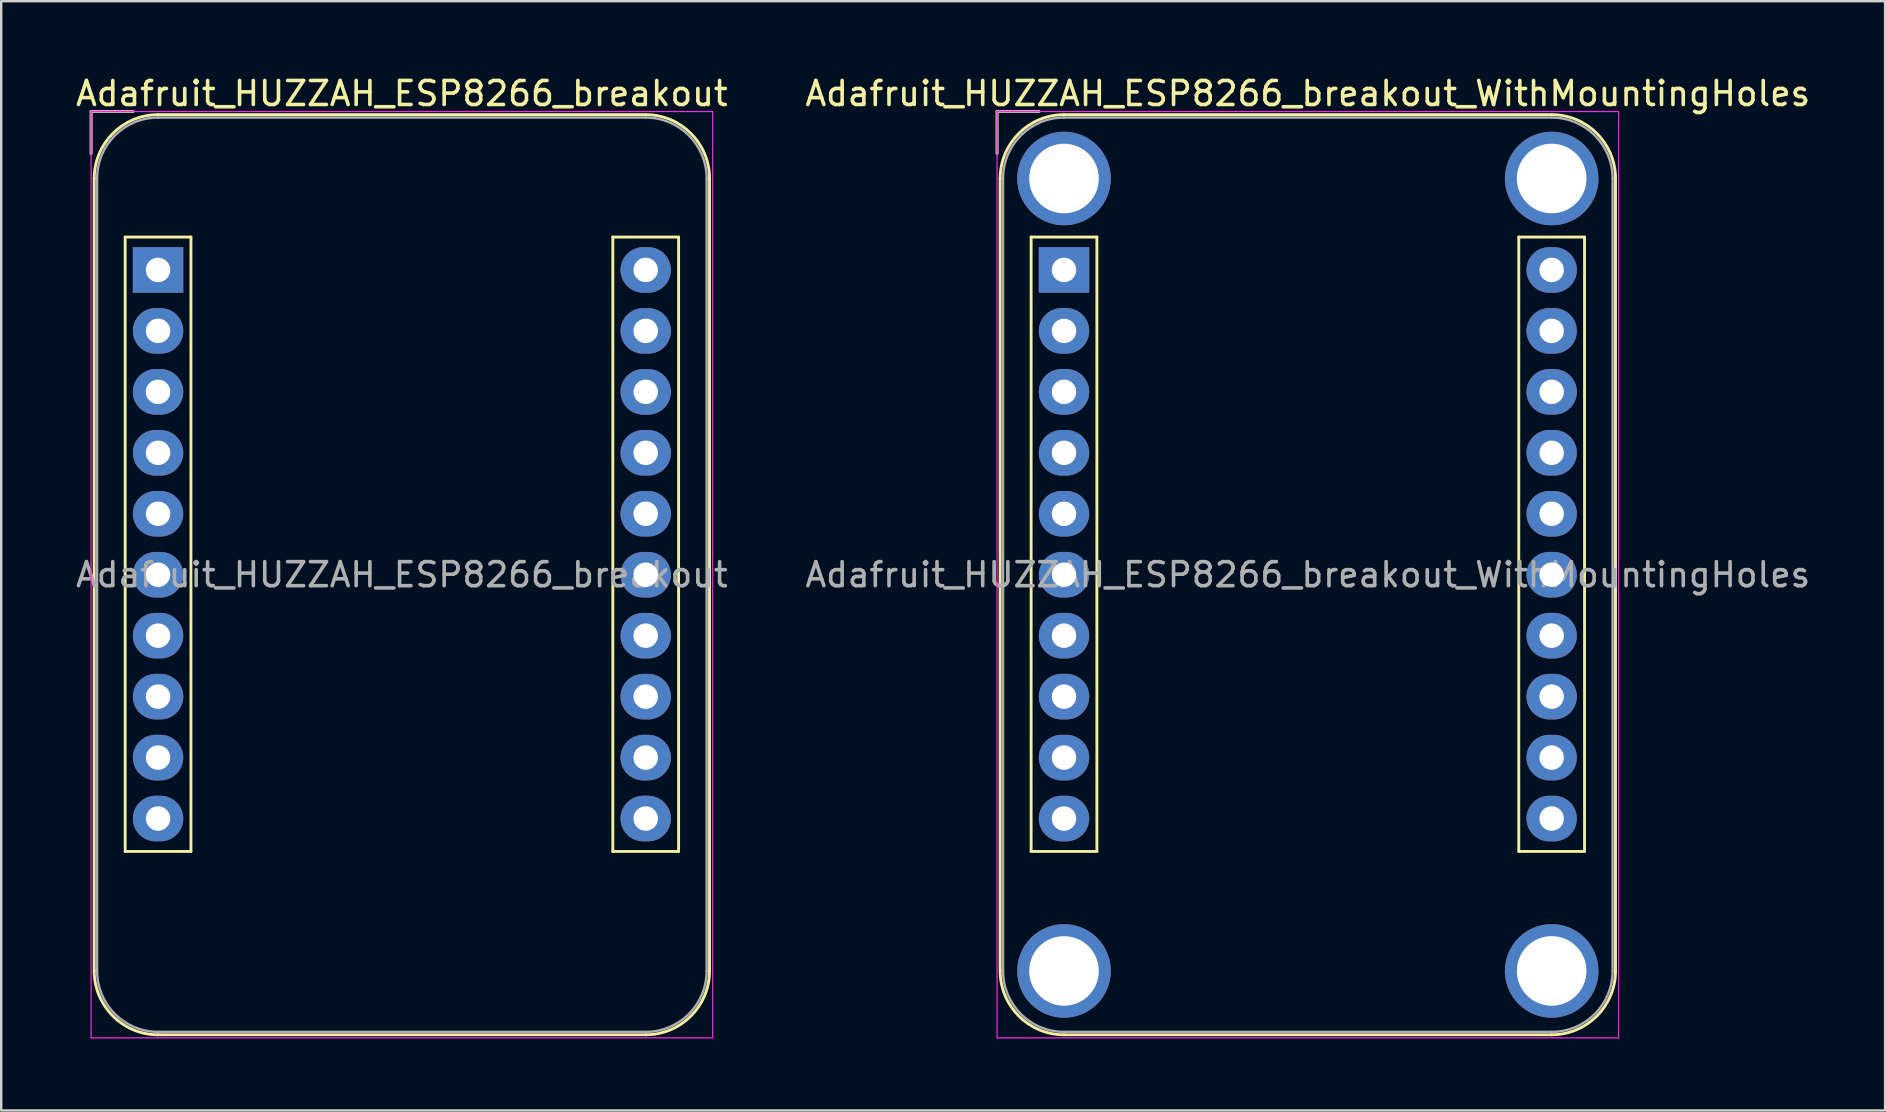
<source format=kicad_pcb>
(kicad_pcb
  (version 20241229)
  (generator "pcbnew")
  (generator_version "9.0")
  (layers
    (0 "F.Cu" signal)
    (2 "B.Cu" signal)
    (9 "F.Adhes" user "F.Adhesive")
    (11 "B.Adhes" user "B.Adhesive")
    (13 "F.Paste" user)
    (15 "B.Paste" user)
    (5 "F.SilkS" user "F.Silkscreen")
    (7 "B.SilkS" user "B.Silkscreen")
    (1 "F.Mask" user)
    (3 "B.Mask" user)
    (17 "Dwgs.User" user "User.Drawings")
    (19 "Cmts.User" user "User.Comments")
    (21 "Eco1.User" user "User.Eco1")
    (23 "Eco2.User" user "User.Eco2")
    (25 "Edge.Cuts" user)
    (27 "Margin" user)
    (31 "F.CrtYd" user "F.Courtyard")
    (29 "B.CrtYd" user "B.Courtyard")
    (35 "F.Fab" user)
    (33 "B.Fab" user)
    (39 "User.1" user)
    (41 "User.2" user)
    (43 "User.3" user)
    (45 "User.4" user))
  (footprint "Adafruit_HUZZAH_ESP8266_breakout_WithMountingHoles"
    (layer "F.Cu")
    (at 41.286 8.198)
    (property "Reference" "Adafruit_HUZZAH_ESP8266_breakout_WithMountingHoles" (at 10.16 -7.35 0) (layer "F.SilkS") (effects (font (size 1 1) (thickness 0.15))))
    (attr through_hole)
    (fp_line (start -2.79 -6.6) (end -1.04 -6.6) (stroke (width 0.12) (type solid)) (layer "F.SilkS"))
    (fp_line (start -2.79 -4.85) (end -2.79 -6.6) (stroke (width 0.12) (type solid)) (layer "F.SilkS"))
    (fp_line (start -2.66 -3.81) (end -2.66 29.21) (stroke (width 0.12) (type solid)) (layer "F.SilkS"))
    (fp_line (start -1.37 -1.37) (end -1.37 24.23) (stroke (width 0.12) (type solid)) (layer "F.SilkS"))
    (fp_line (start -1.37 24.23) (end 1.37 24.23) (stroke (width 0.12) (type solid)) (layer "F.SilkS"))
    (fp_line (start 0 -6.47) (end 20.32 -6.47) (stroke (width 0.12) (type solid)) (layer "F.SilkS"))
    (fp_line (start 0 31.87) (end 20.32 31.87) (stroke (width 0.12) (type solid)) (layer "F.SilkS"))
    (fp_line (start 1.37 -1.37) (end -1.37 -1.37) (stroke (width 0.12) (type solid)) (layer "F.SilkS"))
    (fp_line (start 1.37 24.23) (end 1.37 -1.37) (stroke (width 0.12) (type solid)) (layer "F.SilkS"))
    (fp_line (start 18.95 -1.37) (end 18.95 24.23) (stroke (width 0.12) (type solid)) (layer "F.SilkS"))
    (fp_line (start 18.95 24.23) (end 21.69 24.23) (stroke (width 0.12) (type solid)) (layer "F.SilkS"))
    (fp_line (start 21.69 -1.37) (end 18.95 -1.37) (stroke (width 0.12) (type solid)) (layer "F.SilkS"))
    (fp_line (start 21.69 24.23) (end 21.69 -1.37) (stroke (width 0.12) (type solid)) (layer "F.SilkS"))
    (fp_line (start 22.98 -3.81) (end 22.98 29.21) (stroke (width 0.12) (type solid)) (layer "F.SilkS"))
    (fp_arc (start -2.66 -3.81) (mid -1.880904 -5.690904) (end 0 -6.47) (stroke (width 0.12) (type solid)) (layer "F.SilkS"))
    (fp_arc (start 0 31.87) (mid -1.880904 31.090904) (end -2.66 29.21) (stroke (width 0.12) (type solid)) (layer "F.SilkS"))
    (fp_arc (start 20.32 -6.47) (mid 22.200904 -5.690904) (end 22.98 -3.81) (stroke (width 0.12) (type solid)) (layer "F.SilkS"))
    (fp_arc (start 22.98 29.21) (mid 22.200904 31.090904) (end 20.32 31.87) (stroke (width 0.12) (type solid)) (layer "F.SilkS"))
    (fp_line (start -2.79 -6.6) (end -2.79 32) (stroke (width 0.05) (type solid)) (layer "F.CrtYd"))
    (fp_line (start -2.79 32) (end 23.11 32) (stroke (width 0.05) (type solid)) (layer "F.CrtYd"))
    (fp_line (start 23.11 -6.6) (end -2.79 -6.6) (stroke (width 0.05) (type solid)) (layer "F.CrtYd"))
    (fp_line (start 23.11 32) (end 23.11 -6.6) (stroke (width 0.05) (type solid)) (layer "F.CrtYd"))
    (fp_line (start -2.79 -6.6) (end -1.04 -6.6) (stroke (width 0.1) (type solid)) (layer "F.Fab"))
    (fp_line (start -2.79 -4.85) (end -2.79 -6.6) (stroke (width 0.1) (type solid)) (layer "F.Fab"))
    (fp_line (start -2.54 -3.81) (end -2.54 29.21) (stroke (width 0.1) (type solid)) (layer "F.Fab"))
    (fp_line (start 0 -6.35) (end 20.32 -6.35) (stroke (width 0.1) (type solid)) (layer "F.Fab"))
    (fp_line (start 0 31.75) (end 20.32 31.75) (stroke (width 0.1) (type solid)) (layer "F.Fab"))
    (fp_line (start 22.86 -3.81) (end 22.86 29.21) (stroke (width 0.1) (type solid)) (layer "F.Fab"))
    (fp_arc (start -2.54 -3.81) (mid -1.796051 -5.606051) (end 0 -6.35) (stroke (width 0.1) (type solid)) (layer "F.Fab"))
    (fp_arc (start 0 31.75) (mid -1.796051 31.006051) (end -2.54 29.21) (stroke (width 0.1) (type solid)) (layer "F.Fab"))
    (fp_arc (start 20.32 -6.35) (mid 22.116051 -5.606051) (end 22.86 -3.81) (stroke (width 0.1) (type solid)) (layer "F.Fab"))
    (fp_arc (start 22.86 29.21) (mid 22.116051 31.006051) (end 20.32 31.75) (stroke (width 0.1) (type solid)) (layer "F.Fab"))
    (fp_text user "${REFERENCE}" (at 10.16 12.7 0) (layer "F.Fab") (effects (font (size 1 1) (thickness 0.15))))
    (pad "1" thru_hole rect (at 0 0) (size 2.1 1.9) (drill 1.02) (layers "*.Cu" "*.Mask"))
    (pad "2" thru_hole oval (at 0 2.54) (size 2.1 1.9) (drill 1.02) (layers "*.Cu" "*.Mask"))
    (pad "3" thru_hole oval (at 0 5.08) (size 2.1 1.9) (drill 1.02) (layers "*.Cu" "*.Mask"))
    (pad "4" thru_hole oval (at 0 7.62) (size 2.1 1.9) (drill 1.02) (layers "*.Cu" "*.Mask"))
    (pad "5" thru_hole oval (at 0 10.16) (size 2.1 1.9) (drill 1.02) (layers "*.Cu" "*.Mask"))
    (pad "6" thru_hole oval (at 0 12.7) (size 2.1 1.9) (drill 1.02) (layers "*.Cu" "*.Mask"))
    (pad "7" thru_hole oval (at 0 15.24) (size 2.1 1.9) (drill 1.02) (layers "*.Cu" "*.Mask"))
    (pad "8" thru_hole oval (at 0 17.78) (size 2.1 1.9) (drill 1.02) (layers "*.Cu" "*.Mask"))
    (pad "9" thru_hole oval (at 0 20.32) (size 2.1 1.9) (drill 1.02) (layers "*.Cu" "*.Mask"))
    (pad "10" thru_hole oval (at 0 22.86) (size 2.1 1.9) (drill 1.02) (layers "*.Cu" "*.Mask"))
    (pad "11" thru_hole oval (at 20.32 22.86) (size 2.1 1.9) (drill 1.02) (layers "*.Cu" "*.Mask"))
    (pad "12" thru_hole oval (at 20.32 20.32) (size 2.1 1.9) (drill 1.02) (layers "*.Cu" "*.Mask"))
    (pad "13" thru_hole oval (at 20.32 17.78) (size 2.1 1.9) (drill 1.02) (layers "*.Cu" "*.Mask"))
    (pad "14" thru_hole oval (at 20.32 15.24) (size 2.1 1.9) (drill 1.02) (layers "*.Cu" "*.Mask"))
    (pad "15" thru_hole oval (at 20.32 12.7) (size 2.1 1.9) (drill 1.02) (layers "*.Cu" "*.Mask"))
    (pad "16" thru_hole oval (at 20.32 10.16) (size 2.1 1.9) (drill 1.02) (layers "*.Cu" "*.Mask"))
    (pad "17" thru_hole oval (at 20.32 7.62) (size 2.1 1.9) (drill 1.02) (layers "*.Cu" "*.Mask"))
    (pad "18" thru_hole oval (at 20.32 5.08) (size 2.1 1.9) (drill 1.02) (layers "*.Cu" "*.Mask"))
    (pad "19" thru_hole oval (at 20.32 2.54) (size 2.1 1.9) (drill 1.02) (layers "*.Cu" "*.Mask"))
    (pad "20" thru_hole oval (at 20.32 0) (size 2.1 1.9) (drill 1.02) (layers "*.Cu" "*.Mask"))
    (pad "~" thru_hole circle (at 0 -3.81) (size 3.9 3.9) (drill 2.9) (layers "*.Cu" "*.Mask"))
    (pad "~" thru_hole circle (at 0 29.21) (size 3.9 3.9) (drill 2.9) (layers "*.Cu" "*.Mask"))
    (pad "~" thru_hole circle (at 20.32 -3.81) (size 3.9 3.9) (drill 2.9) (layers "*.Cu" "*.Mask"))
    (pad "~" thru_hole circle (at 20.32 29.21) (size 3.9 3.9) (drill 2.9) (layers "*.Cu" "*.Mask")))
  (footprint "Adafruit_HUZZAH_ESP8266_breakout"
    (layer "F.Cu")
    (at 3.536 8.198)
    (property "Reference" "Adafruit_HUZZAH_ESP8266_breakout" (at 10.16 -7.35 0) (layer "F.SilkS") (effects (font (size 1 1) (thickness 0.15))))
    (attr through_hole)
    (fp_line (start -2.79 -6.6) (end -1.04 -6.6) (stroke (width 0.12) (type solid)) (layer "F.SilkS"))
    (fp_line (start -2.79 -4.85) (end -2.79 -6.6) (stroke (width 0.12) (type solid)) (layer "F.SilkS"))
    (fp_line (start -2.66 -3.81) (end -2.66 29.21) (stroke (width 0.12) (type solid)) (layer "F.SilkS"))
    (fp_line (start -1.37 -1.37) (end -1.37 24.23) (stroke (width 0.12) (type solid)) (layer "F.SilkS"))
    (fp_line (start -1.37 24.23) (end 1.37 24.23) (stroke (width 0.12) (type solid)) (layer "F.SilkS"))
    (fp_line (start 0 -6.47) (end 20.32 -6.47) (stroke (width 0.12) (type solid)) (layer "F.SilkS"))
    (fp_line (start 0 31.87) (end 20.32 31.87) (stroke (width 0.12) (type solid)) (layer "F.SilkS"))
    (fp_line (start 1.37 -1.37) (end -1.37 -1.37) (stroke (width 0.12) (type solid)) (layer "F.SilkS"))
    (fp_line (start 1.37 24.23) (end 1.37 -1.37) (stroke (width 0.12) (type solid)) (layer "F.SilkS"))
    (fp_line (start 18.95 -1.37) (end 18.95 24.23) (stroke (width 0.12) (type solid)) (layer "F.SilkS"))
    (fp_line (start 18.95 24.23) (end 21.69 24.23) (stroke (width 0.12) (type solid)) (layer "F.SilkS"))
    (fp_line (start 21.69 -1.37) (end 18.95 -1.37) (stroke (width 0.12) (type solid)) (layer "F.SilkS"))
    (fp_line (start 21.69 24.23) (end 21.69 -1.37) (stroke (width 0.12) (type solid)) (layer "F.SilkS"))
    (fp_line (start 22.98 -3.81) (end 22.98 29.21) (stroke (width 0.12) (type solid)) (layer "F.SilkS"))
    (fp_arc (start -2.66 -3.81) (mid -1.880904 -5.690904) (end 0 -6.47) (stroke (width 0.12) (type solid)) (layer "F.SilkS"))
    (fp_arc (start 0 31.87) (mid -1.880904 31.090904) (end -2.66 29.21) (stroke (width 0.12) (type solid)) (layer "F.SilkS"))
    (fp_arc (start 20.32 -6.47) (mid 22.200904 -5.690904) (end 22.98 -3.81) (stroke (width 0.12) (type solid)) (layer "F.SilkS"))
    (fp_arc (start 22.98 29.21) (mid 22.200904 31.090904) (end 20.32 31.87) (stroke (width 0.12) (type solid)) (layer "F.SilkS"))
    (fp_line (start -2.79 -6.6) (end -2.79 32) (stroke (width 0.05) (type solid)) (layer "F.CrtYd"))
    (fp_line (start -2.79 32) (end 23.11 32) (stroke (width 0.05) (type solid)) (layer "F.CrtYd"))
    (fp_line (start 23.11 -6.6) (end -2.79 -6.6) (stroke (width 0.05) (type solid)) (layer "F.CrtYd"))
    (fp_line (start 23.11 32) (end 23.11 -6.6) (stroke (width 0.05) (type solid)) (layer "F.CrtYd"))
    (fp_line (start -2.79 -6.6) (end -1.04 -6.6) (stroke (width 0.1) (type solid)) (layer "F.Fab"))
    (fp_line (start -2.79 -4.85) (end -2.79 -6.6) (stroke (width 0.1) (type solid)) (layer "F.Fab"))
    (fp_line (start -2.54 -3.81) (end -2.54 29.21) (stroke (width 0.1) (type solid)) (layer "F.Fab"))
    (fp_line (start 0 -6.35) (end 20.32 -6.35) (stroke (width 0.1) (type solid)) (layer "F.Fab"))
    (fp_line (start 0 31.75) (end 20.32 31.75) (stroke (width 0.1) (type solid)) (layer "F.Fab"))
    (fp_line (start 22.86 -3.81) (end 22.86 29.21) (stroke (width 0.1) (type solid)) (layer "F.Fab"))
    (fp_arc (start -2.54 -3.81) (mid -1.796051 -5.606051) (end 0 -6.35) (stroke (width 0.1) (type solid)) (layer "F.Fab"))
    (fp_arc (start 0 31.75) (mid -1.796051 31.006051) (end -2.54 29.21) (stroke (width 0.1) (type solid)) (layer "F.Fab"))
    (fp_arc (start 20.32 -6.35) (mid 22.116051 -5.606051) (end 22.86 -3.81) (stroke (width 0.1) (type solid)) (layer "F.Fab"))
    (fp_arc (start 22.86 29.21) (mid 22.116051 31.006051) (end 20.32 31.75) (stroke (width 0.1) (type solid)) (layer "F.Fab"))
    (fp_text user "${REFERENCE}" (at 10.16 12.7 0) (layer "F.Fab") (effects (font (size 1 1) (thickness 0.15))))
    (pad "1" thru_hole rect (at 0 0) (size 2.1 1.9) (drill 1.02) (layers "*.Cu" "*.Mask"))
    (pad "2" thru_hole oval (at 0 2.54) (size 2.1 1.9) (drill 1.02) (layers "*.Cu" "*.Mask"))
    (pad "3" thru_hole oval (at 0 5.08) (size 2.1 1.9) (drill 1.02) (layers "*.Cu" "*.Mask"))
    (pad "4" thru_hole oval (at 0 7.62) (size 2.1 1.9) (drill 1.02) (layers "*.Cu" "*.Mask"))
    (pad "5" thru_hole oval (at 0 10.16) (size 2.1 1.9) (drill 1.02) (layers "*.Cu" "*.Mask"))
    (pad "6" thru_hole oval (at 0 12.7) (size 2.1 1.9) (drill 1.02) (layers "*.Cu" "*.Mask"))
    (pad "7" thru_hole oval (at 0 15.24) (size 2.1 1.9) (drill 1.02) (layers "*.Cu" "*.Mask"))
    (pad "8" thru_hole oval (at 0 17.78) (size 2.1 1.9) (drill 1.02) (layers "*.Cu" "*.Mask"))
    (pad "9" thru_hole oval (at 0 20.32) (size 2.1 1.9) (drill 1.02) (layers "*.Cu" "*.Mask"))
    (pad "10" thru_hole oval (at 0 22.86) (size 2.1 1.9) (drill 1.02) (layers "*.Cu" "*.Mask"))
    (pad "11" thru_hole oval (at 20.32 22.86) (size 2.1 1.9) (drill 1.02) (layers "*.Cu" "*.Mask"))
    (pad "12" thru_hole oval (at 20.32 20.32) (size 2.1 1.9) (drill 1.02) (layers "*.Cu" "*.Mask"))
    (pad "13" thru_hole oval (at 20.32 17.78) (size 2.1 1.9) (drill 1.02) (layers "*.Cu" "*.Mask"))
    (pad "14" thru_hole oval (at 20.32 15.24) (size 2.1 1.9) (drill 1.02) (layers "*.Cu" "*.Mask"))
    (pad "15" thru_hole oval (at 20.32 12.7) (size 2.1 1.9) (drill 1.02) (layers "*.Cu" "*.Mask"))
    (pad "16" thru_hole oval (at 20.32 10.16) (size 2.1 1.9) (drill 1.02) (layers "*.Cu" "*.Mask"))
    (pad "17" thru_hole oval (at 20.32 7.62) (size 2.1 1.9) (drill 1.02) (layers "*.Cu" "*.Mask"))
    (pad "18" thru_hole oval (at 20.32 5.08) (size 2.1 1.9) (drill 1.02) (layers "*.Cu" "*.Mask"))
    (pad "19" thru_hole oval (at 20.32 2.54) (size 2.1 1.9) (drill 1.02) (layers "*.Cu" "*.Mask"))
    (pad "20" thru_hole oval (at 20.32 0) (size 2.1 1.9) (drill 1.02) (layers "*.Cu" "*.Mask")))
  (gr_rect
    (start -3 -3)
    (end 75.5 43.223)
    (stroke (width 0.1) (type default))
    (fill no)
    (layer "Edge.Cuts")))
</source>
